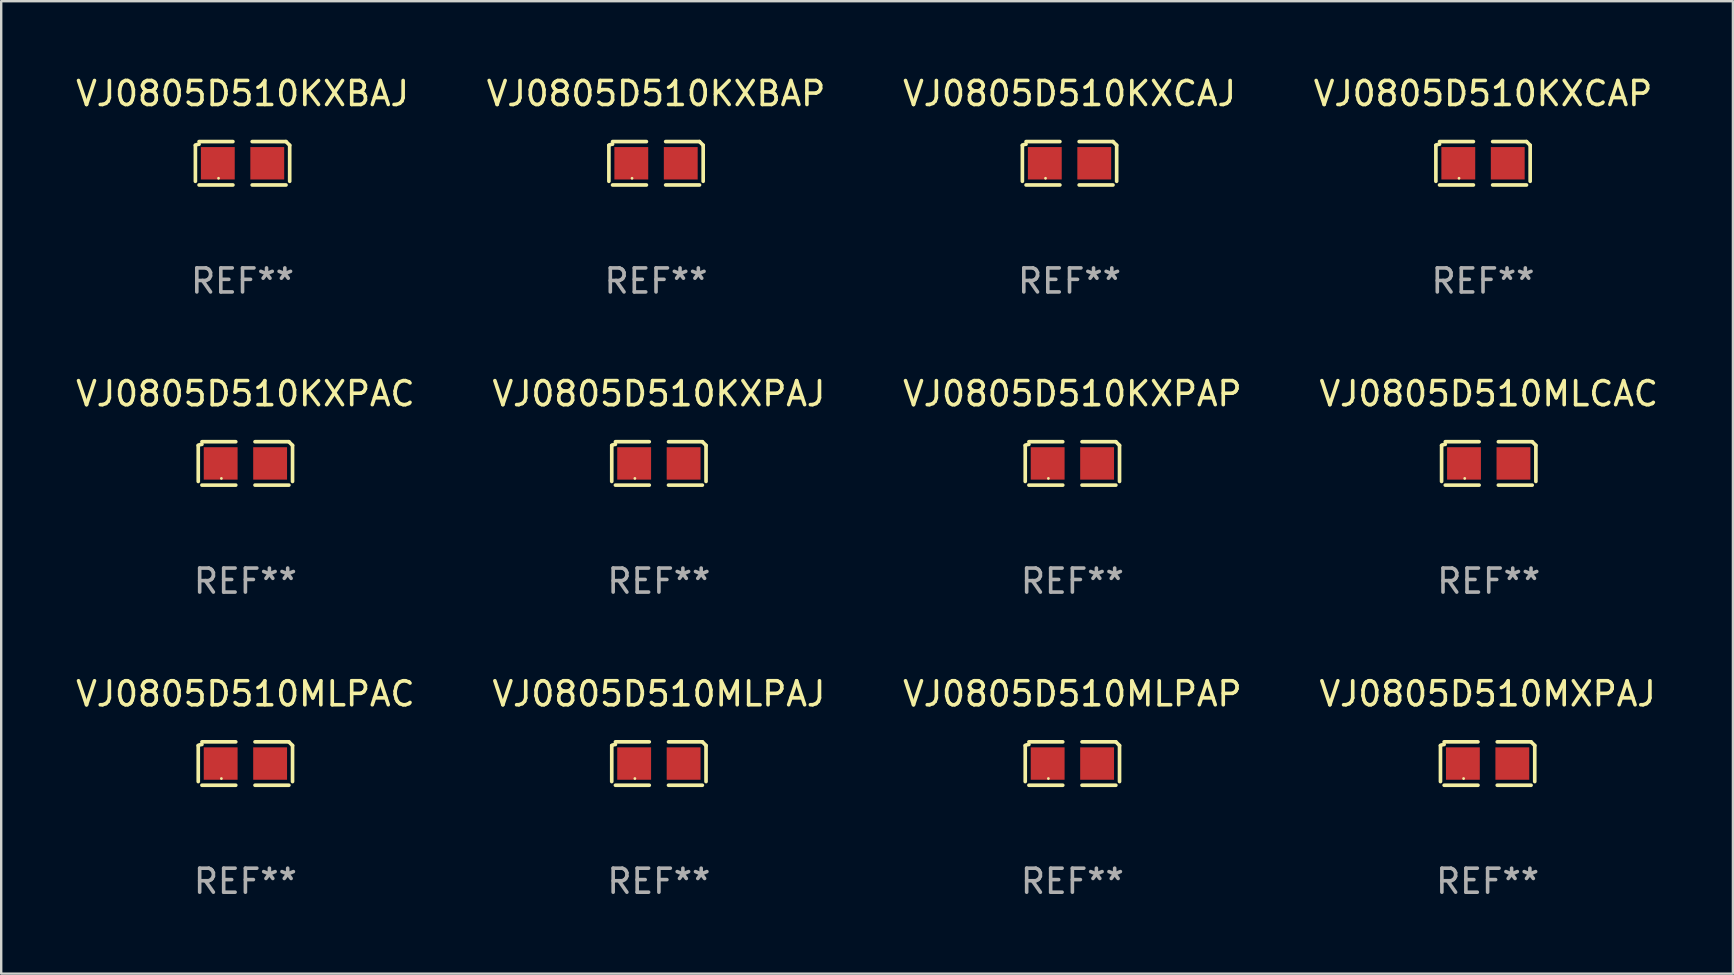
<source format=kicad_pcb>
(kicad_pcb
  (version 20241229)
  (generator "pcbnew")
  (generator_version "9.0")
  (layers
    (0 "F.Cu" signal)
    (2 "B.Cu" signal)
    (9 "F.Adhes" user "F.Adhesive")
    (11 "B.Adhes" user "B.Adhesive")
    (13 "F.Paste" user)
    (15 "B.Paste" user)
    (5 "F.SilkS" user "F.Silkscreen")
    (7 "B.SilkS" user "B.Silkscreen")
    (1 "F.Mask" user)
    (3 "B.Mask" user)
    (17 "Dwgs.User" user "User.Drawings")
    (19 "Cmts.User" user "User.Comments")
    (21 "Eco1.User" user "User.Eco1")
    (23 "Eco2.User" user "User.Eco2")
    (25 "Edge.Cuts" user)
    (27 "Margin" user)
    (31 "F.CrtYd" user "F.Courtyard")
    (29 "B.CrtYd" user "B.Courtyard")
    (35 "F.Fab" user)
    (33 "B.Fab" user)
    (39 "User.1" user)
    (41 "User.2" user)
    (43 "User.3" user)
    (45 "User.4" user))
  (footprint "VJ0805D510MLPAC"
    (layer "F.Cu")
    (at 7.173 28.759)
    (property "Reference" "VJ0805D510MLPAC" (at 0 -2.904 0) (layer "F.SilkS") (effects (font (size 1 1) (thickness 0.15))))
    (attr through_hole)
    (fp_line (start -1.964 0.751) (end -1.964 -0.751) (stroke (width 0.152) (type solid)) (layer "F.SilkS"))
    (fp_line (start -1.811 -0.904) (end -0.401 -0.904) (stroke (width 0.152) (type solid)) (layer "F.SilkS"))
    (fp_line (start -0.401 0.904) (end -1.811 0.904) (stroke (width 0.152) (type solid)) (layer "F.SilkS"))
    (fp_line (start 0.401 0.904) (end 1.811 0.904) (stroke (width 0.152) (type solid)) (layer "F.SilkS"))
    (fp_line (start 1.811 -0.904) (end 0.401 -0.904) (stroke (width 0.152) (type solid)) (layer "F.SilkS"))
    (fp_line (start 1.964 0.751) (end 1.964 -0.751) (stroke (width 0.152) (type solid)) (layer "F.SilkS"))
    (fp_arc (start -1.963602 -0.751207) (mid -1.890354 -0.783131) (end -1.811201 -0.794044) (stroke (width 0.1524) (type solid)) (layer "F.SilkS"))
    (fp_arc (start 1.811202 -0.903607) (mid 1.887413 -0.827418) (end 1.963602 -0.751207) (stroke (width 0.1524) (type solid)) (layer "F.SilkS"))
    (fp_circle (center -1 0.625) (end -0.97 0.625) (stroke (width 0.06) (type solid)) (fill no) (layer "F.SilkS"))
    (fp_text user "REF**" (at 0 4.904 0) (layer "F.Fab") (effects (font (size 1 1) (thickness 0.15))))
    (pad "1" smd rect (at -1.03 0) (size 1.41 1.35) (layers "F.Cu" "F.Mask" "F.Paste"))
    (pad "2" smd rect (at 1.03 0) (size 1.41 1.35) (layers "F.Cu" "F.Mask" "F.Paste")))
  (footprint "VJ0805D510KXBAP"
    (layer "F.Cu")
    (at 24.28 3.752)
    (property "Reference" "VJ0805D510KXBAP" (at 0 -2.904 0) (layer "F.SilkS") (effects (font (size 1 1) (thickness 0.15))))
    (attr through_hole)
    (fp_line (start -1.964 0.751) (end -1.964 -0.751) (stroke (width 0.152) (type solid)) (layer "F.SilkS"))
    (fp_line (start -1.811 -0.904) (end -0.401 -0.904) (stroke (width 0.152) (type solid)) (layer "F.SilkS"))
    (fp_line (start -0.401 0.904) (end -1.811 0.904) (stroke (width 0.152) (type solid)) (layer "F.SilkS"))
    (fp_line (start 0.401 0.904) (end 1.811 0.904) (stroke (width 0.152) (type solid)) (layer "F.SilkS"))
    (fp_line (start 1.811 -0.904) (end 0.401 -0.904) (stroke (width 0.152) (type solid)) (layer "F.SilkS"))
    (fp_line (start 1.964 0.751) (end 1.964 -0.751) (stroke (width 0.152) (type solid)) (layer "F.SilkS"))
    (fp_arc (start -1.963602 -0.751207) (mid -1.890354 -0.783131) (end -1.811201 -0.794044) (stroke (width 0.1524) (type solid)) (layer "F.SilkS"))
    (fp_arc (start 1.811202 -0.903607) (mid 1.887413 -0.827418) (end 1.963602 -0.751207) (stroke (width 0.1524) (type solid)) (layer "F.SilkS"))
    (fp_circle (center -1 0.625) (end -0.97 0.625) (stroke (width 0.06) (type solid)) (fill no) (layer "F.SilkS"))
    (fp_text user "REF**" (at 0 4.904 0) (layer "F.Fab") (effects (font (size 1 1) (thickness 0.15))))
    (pad "1" smd rect (at -1.03 0) (size 1.41 1.35) (layers "F.Cu" "F.Mask" "F.Paste"))
    (pad "2" smd rect (at 1.03 0) (size 1.41 1.35) (layers "F.Cu" "F.Mask" "F.Paste")))
  (footprint "VJ0805D510KXPAJ"
    (layer "F.Cu")
    (at 24.399 16.256)
    (property "Reference" "VJ0805D510KXPAJ" (at 0 -2.904 0) (layer "F.SilkS") (effects (font (size 1 1) (thickness 0.15))))
    (attr through_hole)
    (fp_line (start -1.964 0.751) (end -1.964 -0.751) (stroke (width 0.152) (type solid)) (layer "F.SilkS"))
    (fp_line (start -1.811 -0.904) (end -0.401 -0.904) (stroke (width 0.152) (type solid)) (layer "F.SilkS"))
    (fp_line (start -0.401 0.904) (end -1.811 0.904) (stroke (width 0.152) (type solid)) (layer "F.SilkS"))
    (fp_line (start 0.401 0.904) (end 1.811 0.904) (stroke (width 0.152) (type solid)) (layer "F.SilkS"))
    (fp_line (start 1.811 -0.904) (end 0.401 -0.904) (stroke (width 0.152) (type solid)) (layer "F.SilkS"))
    (fp_line (start 1.964 0.751) (end 1.964 -0.751) (stroke (width 0.152) (type solid)) (layer "F.SilkS"))
    (fp_arc (start -1.963602 -0.751207) (mid -1.890354 -0.783131) (end -1.811201 -0.794044) (stroke (width 0.1524) (type solid)) (layer "F.SilkS"))
    (fp_arc (start 1.811202 -0.903607) (mid 1.887413 -0.827418) (end 1.963602 -0.751207) (stroke (width 0.1524) (type solid)) (layer "F.SilkS"))
    (fp_circle (center -1 0.625) (end -0.97 0.625) (stroke (width 0.06) (type solid)) (fill no) (layer "F.SilkS"))
    (fp_text user "REF**" (at 0 4.904 0) (layer "F.Fab") (effects (font (size 1 1) (thickness 0.15))))
    (pad "1" smd rect (at -1.03 0) (size 1.41 1.35) (layers "F.Cu" "F.Mask" "F.Paste"))
    (pad "2" smd rect (at 1.03 0) (size 1.41 1.35) (layers "F.Cu" "F.Mask" "F.Paste")))
  (footprint "VJ0805D510KXPAP"
    (layer "F.Cu")
    (at 41.625 16.256)
    (property "Reference" "VJ0805D510KXPAP" (at 0 -2.904 0) (layer "F.SilkS") (effects (font (size 1 1) (thickness 0.15))))
    (attr through_hole)
    (fp_line (start -1.964 0.751) (end -1.964 -0.751) (stroke (width 0.152) (type solid)) (layer "F.SilkS"))
    (fp_line (start -1.811 -0.904) (end -0.401 -0.904) (stroke (width 0.152) (type solid)) (layer "F.SilkS"))
    (fp_line (start -0.401 0.904) (end -1.811 0.904) (stroke (width 0.152) (type solid)) (layer "F.SilkS"))
    (fp_line (start 0.401 0.904) (end 1.811 0.904) (stroke (width 0.152) (type solid)) (layer "F.SilkS"))
    (fp_line (start 1.811 -0.904) (end 0.401 -0.904) (stroke (width 0.152) (type solid)) (layer "F.SilkS"))
    (fp_line (start 1.964 0.751) (end 1.964 -0.751) (stroke (width 0.152) (type solid)) (layer "F.SilkS"))
    (fp_arc (start -1.963602 -0.751207) (mid -1.890354 -0.783131) (end -1.811201 -0.794044) (stroke (width 0.1524) (type solid)) (layer "F.SilkS"))
    (fp_arc (start 1.811202 -0.903607) (mid 1.887413 -0.827418) (end 1.963602 -0.751207) (stroke (width 0.1524) (type solid)) (layer "F.SilkS"))
    (fp_circle (center -1 0.625) (end -0.97 0.625) (stroke (width 0.06) (type solid)) (fill no) (layer "F.SilkS"))
    (fp_text user "REF**" (at 0 4.904 0) (layer "F.Fab") (effects (font (size 1 1) (thickness 0.15))))
    (pad "1" smd rect (at -1.03 0) (size 1.41 1.35) (layers "F.Cu" "F.Mask" "F.Paste"))
    (pad "2" smd rect (at 1.03 0) (size 1.41 1.35) (layers "F.Cu" "F.Mask" "F.Paste")))
  (footprint "VJ0805D510MXPAJ"
    (layer "F.Cu")
    (at 58.923 28.759)
    (property "Reference" "VJ0805D510MXPAJ" (at 0 -2.904 0) (layer "F.SilkS") (effects (font (size 1 1) (thickness 0.15))))
    (attr through_hole)
    (fp_line (start -1.964 0.751) (end -1.964 -0.751) (stroke (width 0.152) (type solid)) (layer "F.SilkS"))
    (fp_line (start -1.811 -0.904) (end -0.401 -0.904) (stroke (width 0.152) (type solid)) (layer "F.SilkS"))
    (fp_line (start -0.401 0.904) (end -1.811 0.904) (stroke (width 0.152) (type solid)) (layer "F.SilkS"))
    (fp_line (start 0.401 0.904) (end 1.811 0.904) (stroke (width 0.152) (type solid)) (layer "F.SilkS"))
    (fp_line (start 1.811 -0.904) (end 0.401 -0.904) (stroke (width 0.152) (type solid)) (layer "F.SilkS"))
    (fp_line (start 1.964 0.751) (end 1.964 -0.751) (stroke (width 0.152) (type solid)) (layer "F.SilkS"))
    (fp_arc (start -1.963602 -0.751207) (mid -1.890354 -0.783131) (end -1.811201 -0.794044) (stroke (width 0.1524) (type solid)) (layer "F.SilkS"))
    (fp_arc (start 1.811202 -0.903607) (mid 1.887413 -0.827418) (end 1.963602 -0.751207) (stroke (width 0.1524) (type solid)) (layer "F.SilkS"))
    (fp_circle (center -1 0.625) (end -0.97 0.625) (stroke (width 0.06) (type solid)) (fill no) (layer "F.SilkS"))
    (fp_text user "REF**" (at 0 4.904 0) (layer "F.Fab") (effects (font (size 1 1) (thickness 0.15))))
    (pad "1" smd rect (at -1.03 0) (size 1.41 1.35) (layers "F.Cu" "F.Mask" "F.Paste"))
    (pad "2" smd rect (at 1.03 0) (size 1.41 1.35) (layers "F.Cu" "F.Mask" "F.Paste")))
  (footprint "VJ0805D510KXCAJ"
    (layer "F.Cu")
    (at 41.506 3.752)
    (property "Reference" "VJ0805D510KXCAJ" (at 0 -2.904 0) (layer "F.SilkS") (effects (font (size 1 1) (thickness 0.15))))
    (attr through_hole)
    (fp_line (start -1.964 0.751) (end -1.964 -0.751) (stroke (width 0.152) (type solid)) (layer "F.SilkS"))
    (fp_line (start -1.811 -0.904) (end -0.401 -0.904) (stroke (width 0.152) (type solid)) (layer "F.SilkS"))
    (fp_line (start -0.401 0.904) (end -1.811 0.904) (stroke (width 0.152) (type solid)) (layer "F.SilkS"))
    (fp_line (start 0.401 0.904) (end 1.811 0.904) (stroke (width 0.152) (type solid)) (layer "F.SilkS"))
    (fp_line (start 1.811 -0.904) (end 0.401 -0.904) (stroke (width 0.152) (type solid)) (layer "F.SilkS"))
    (fp_line (start 1.964 0.751) (end 1.964 -0.751) (stroke (width 0.152) (type solid)) (layer "F.SilkS"))
    (fp_arc (start -1.963602 -0.751207) (mid -1.890354 -0.783131) (end -1.811201 -0.794044) (stroke (width 0.1524) (type solid)) (layer "F.SilkS"))
    (fp_arc (start 1.811202 -0.903607) (mid 1.887413 -0.827418) (end 1.963602 -0.751207) (stroke (width 0.1524) (type solid)) (layer "F.SilkS"))
    (fp_circle (center -1 0.625) (end -0.97 0.625) (stroke (width 0.06) (type solid)) (fill no) (layer "F.SilkS"))
    (fp_text user "REF**" (at 0 4.904 0) (layer "F.Fab") (effects (font (size 1 1) (thickness 0.15))))
    (pad "1" smd rect (at -1.03 0) (size 1.41 1.35) (layers "F.Cu" "F.Mask" "F.Paste"))
    (pad "2" smd rect (at 1.03 0) (size 1.41 1.35) (layers "F.Cu" "F.Mask" "F.Paste")))
  (footprint "VJ0805D510KXBAJ"
    (layer "F.Cu")
    (at 7.054 3.752)
    (property "Reference" "VJ0805D510KXBAJ" (at 0 -2.904 0) (layer "F.SilkS") (effects (font (size 1 1) (thickness 0.15))))
    (attr through_hole)
    (fp_line (start -1.964 0.751) (end -1.964 -0.751) (stroke (width 0.152) (type solid)) (layer "F.SilkS"))
    (fp_line (start -1.811 -0.904) (end -0.401 -0.904) (stroke (width 0.152) (type solid)) (layer "F.SilkS"))
    (fp_line (start -0.401 0.904) (end -1.811 0.904) (stroke (width 0.152) (type solid)) (layer "F.SilkS"))
    (fp_line (start 0.401 0.904) (end 1.811 0.904) (stroke (width 0.152) (type solid)) (layer "F.SilkS"))
    (fp_line (start 1.811 -0.904) (end 0.401 -0.904) (stroke (width 0.152) (type solid)) (layer "F.SilkS"))
    (fp_line (start 1.964 0.751) (end 1.964 -0.751) (stroke (width 0.152) (type solid)) (layer "F.SilkS"))
    (fp_arc (start -1.963602 -0.751207) (mid -1.890354 -0.783131) (end -1.811201 -0.794044) (stroke (width 0.1524) (type solid)) (layer "F.SilkS"))
    (fp_arc (start 1.811202 -0.903607) (mid 1.887413 -0.827418) (end 1.963602 -0.751207) (stroke (width 0.1524) (type solid)) (layer "F.SilkS"))
    (fp_circle (center -1 0.625) (end -0.97 0.625) (stroke (width 0.06) (type solid)) (fill no) (layer "F.SilkS"))
    (fp_text user "REF**" (at 0 4.904 0) (layer "F.Fab") (effects (font (size 1 1) (thickness 0.15))))
    (pad "1" smd rect (at -1.03 0) (size 1.41 1.35) (layers "F.Cu" "F.Mask" "F.Paste"))
    (pad "2" smd rect (at 1.03 0) (size 1.41 1.35) (layers "F.Cu" "F.Mask" "F.Paste")))
  (footprint "VJ0805D510MLPAJ"
    (layer "F.Cu")
    (at 24.399 28.759)
    (property "Reference" "VJ0805D510MLPAJ" (at 0 -2.904 0) (layer "F.SilkS") (effects (font (size 1 1) (thickness 0.15))))
    (attr through_hole)
    (fp_line (start -1.964 0.751) (end -1.964 -0.751) (stroke (width 0.152) (type solid)) (layer "F.SilkS"))
    (fp_line (start -1.811 -0.904) (end -0.401 -0.904) (stroke (width 0.152) (type solid)) (layer "F.SilkS"))
    (fp_line (start -0.401 0.904) (end -1.811 0.904) (stroke (width 0.152) (type solid)) (layer "F.SilkS"))
    (fp_line (start 0.401 0.904) (end 1.811 0.904) (stroke (width 0.152) (type solid)) (layer "F.SilkS"))
    (fp_line (start 1.811 -0.904) (end 0.401 -0.904) (stroke (width 0.152) (type solid)) (layer "F.SilkS"))
    (fp_line (start 1.964 0.751) (end 1.964 -0.751) (stroke (width 0.152) (type solid)) (layer "F.SilkS"))
    (fp_arc (start -1.963602 -0.751207) (mid -1.890354 -0.783131) (end -1.811201 -0.794044) (stroke (width 0.1524) (type solid)) (layer "F.SilkS"))
    (fp_arc (start 1.811202 -0.903607) (mid 1.887413 -0.827418) (end 1.963602 -0.751207) (stroke (width 0.1524) (type solid)) (layer "F.SilkS"))
    (fp_circle (center -1 0.625) (end -0.97 0.625) (stroke (width 0.06) (type solid)) (fill no) (layer "F.SilkS"))
    (fp_text user "REF**" (at 0 4.904 0) (layer "F.Fab") (effects (font (size 1 1) (thickness 0.15))))
    (pad "1" smd rect (at -1.03 0) (size 1.41 1.35) (layers "F.Cu" "F.Mask" "F.Paste"))
    (pad "2" smd rect (at 1.03 0) (size 1.41 1.35) (layers "F.Cu" "F.Mask" "F.Paste")))
  (footprint "VJ0805D510MLPAP"
    (layer "F.Cu")
    (at 41.625 28.759)
    (property "Reference" "VJ0805D510MLPAP" (at 0 -2.904 0) (layer "F.SilkS") (effects (font (size 1 1) (thickness 0.15))))
    (attr through_hole)
    (fp_line (start -1.964 0.751) (end -1.964 -0.751) (stroke (width 0.152) (type solid)) (layer "F.SilkS"))
    (fp_line (start -1.811 -0.904) (end -0.401 -0.904) (stroke (width 0.152) (type solid)) (layer "F.SilkS"))
    (fp_line (start -0.401 0.904) (end -1.811 0.904) (stroke (width 0.152) (type solid)) (layer "F.SilkS"))
    (fp_line (start 0.401 0.904) (end 1.811 0.904) (stroke (width 0.152) (type solid)) (layer "F.SilkS"))
    (fp_line (start 1.811 -0.904) (end 0.401 -0.904) (stroke (width 0.152) (type solid)) (layer "F.SilkS"))
    (fp_line (start 1.964 0.751) (end 1.964 -0.751) (stroke (width 0.152) (type solid)) (layer "F.SilkS"))
    (fp_arc (start -1.963602 -0.751207) (mid -1.890354 -0.783131) (end -1.811201 -0.794044) (stroke (width 0.1524) (type solid)) (layer "F.SilkS"))
    (fp_arc (start 1.811202 -0.903607) (mid 1.887413 -0.827418) (end 1.963602 -0.751207) (stroke (width 0.1524) (type solid)) (layer "F.SilkS"))
    (fp_circle (center -1 0.625) (end -0.97 0.625) (stroke (width 0.06) (type solid)) (fill no) (layer "F.SilkS"))
    (fp_text user "REF**" (at 0 4.904 0) (layer "F.Fab") (effects (font (size 1 1) (thickness 0.15))))
    (pad "1" smd rect (at -1.03 0) (size 1.41 1.35) (layers "F.Cu" "F.Mask" "F.Paste"))
    (pad "2" smd rect (at 1.03 0) (size 1.41 1.35) (layers "F.Cu" "F.Mask" "F.Paste")))
  (footprint "VJ0805D510KXPAC"
    (layer "F.Cu")
    (at 7.173 16.256)
    (property "Reference" "VJ0805D510KXPAC" (at 0 -2.904 0) (layer "F.SilkS") (effects (font (size 1 1) (thickness 0.15))))
    (attr through_hole)
    (fp_line (start -1.964 0.751) (end -1.964 -0.751) (stroke (width 0.152) (type solid)) (layer "F.SilkS"))
    (fp_line (start -1.811 -0.904) (end -0.401 -0.904) (stroke (width 0.152) (type solid)) (layer "F.SilkS"))
    (fp_line (start -0.401 0.904) (end -1.811 0.904) (stroke (width 0.152) (type solid)) (layer "F.SilkS"))
    (fp_line (start 0.401 0.904) (end 1.811 0.904) (stroke (width 0.152) (type solid)) (layer "F.SilkS"))
    (fp_line (start 1.811 -0.904) (end 0.401 -0.904) (stroke (width 0.152) (type solid)) (layer "F.SilkS"))
    (fp_line (start 1.964 0.751) (end 1.964 -0.751) (stroke (width 0.152) (type solid)) (layer "F.SilkS"))
    (fp_arc (start -1.963602 -0.751207) (mid -1.890354 -0.783131) (end -1.811201 -0.794044) (stroke (width 0.1524) (type solid)) (layer "F.SilkS"))
    (fp_arc (start 1.811202 -0.903607) (mid 1.887413 -0.827418) (end 1.963602 -0.751207) (stroke (width 0.1524) (type solid)) (layer "F.SilkS"))
    (fp_circle (center -1 0.625) (end -0.97 0.625) (stroke (width 0.06) (type solid)) (fill no) (layer "F.SilkS"))
    (fp_text user "REF**" (at 0 4.904 0) (layer "F.Fab") (effects (font (size 1 1) (thickness 0.15))))
    (pad "1" smd rect (at -1.03 0) (size 1.41 1.35) (layers "F.Cu" "F.Mask" "F.Paste"))
    (pad "2" smd rect (at 1.03 0) (size 1.41 1.35) (layers "F.Cu" "F.Mask" "F.Paste")))
  (footprint "VJ0805D510MLCAC"
    (layer "F.Cu")
    (at 58.97 16.256)
    (property "Reference" "VJ0805D510MLCAC" (at 0 -2.904 0) (layer "F.SilkS") (effects (font (size 1 1) (thickness 0.15))))
    (attr through_hole)
    (fp_line (start -1.964 0.751) (end -1.964 -0.751) (stroke (width 0.152) (type solid)) (layer "F.SilkS"))
    (fp_line (start -1.811 -0.904) (end -0.401 -0.904) (stroke (width 0.152) (type solid)) (layer "F.SilkS"))
    (fp_line (start -0.401 0.904) (end -1.811 0.904) (stroke (width 0.152) (type solid)) (layer "F.SilkS"))
    (fp_line (start 0.401 0.904) (end 1.811 0.904) (stroke (width 0.152) (type solid)) (layer "F.SilkS"))
    (fp_line (start 1.811 -0.904) (end 0.401 -0.904) (stroke (width 0.152) (type solid)) (layer "F.SilkS"))
    (fp_line (start 1.964 0.751) (end 1.964 -0.751) (stroke (width 0.152) (type solid)) (layer "F.SilkS"))
    (fp_arc (start -1.963602 -0.751207) (mid -1.890354 -0.783131) (end -1.811201 -0.794044) (stroke (width 0.1524) (type solid)) (layer "F.SilkS"))
    (fp_arc (start 1.811202 -0.903607) (mid 1.887413 -0.827418) (end 1.963602 -0.751207) (stroke (width 0.1524) (type solid)) (layer "F.SilkS"))
    (fp_circle (center -1 0.625) (end -0.97 0.625) (stroke (width 0.06) (type solid)) (fill no) (layer "F.SilkS"))
    (fp_text user "REF**" (at 0 4.904 0) (layer "F.Fab") (effects (font (size 1 1) (thickness 0.15))))
    (pad "1" smd rect (at -1.03 0) (size 1.41 1.35) (layers "F.Cu" "F.Mask" "F.Paste"))
    (pad "2" smd rect (at 1.03 0) (size 1.41 1.35) (layers "F.Cu" "F.Mask" "F.Paste")))
  (footprint "VJ0805D510KXCAP"
    (layer "F.Cu")
    (at 58.732 3.752)
    (property "Reference" "VJ0805D510KXCAP" (at 0 -2.904 0) (layer "F.SilkS") (effects (font (size 1 1) (thickness 0.15))))
    (attr through_hole)
    (fp_line (start -1.964 0.751) (end -1.964 -0.751) (stroke (width 0.152) (type solid)) (layer "F.SilkS"))
    (fp_line (start -1.811 -0.904) (end -0.401 -0.904) (stroke (width 0.152) (type solid)) (layer "F.SilkS"))
    (fp_line (start -0.401 0.904) (end -1.811 0.904) (stroke (width 0.152) (type solid)) (layer "F.SilkS"))
    (fp_line (start 0.401 0.904) (end 1.811 0.904) (stroke (width 0.152) (type solid)) (layer "F.SilkS"))
    (fp_line (start 1.811 -0.904) (end 0.401 -0.904) (stroke (width 0.152) (type solid)) (layer "F.SilkS"))
    (fp_line (start 1.964 0.751) (end 1.964 -0.751) (stroke (width 0.152) (type solid)) (layer "F.SilkS"))
    (fp_arc (start -1.963602 -0.751207) (mid -1.890354 -0.783131) (end -1.811201 -0.794044) (stroke (width 0.1524) (type solid)) (layer "F.SilkS"))
    (fp_arc (start 1.811202 -0.903607) (mid 1.887413 -0.827418) (end 1.963602 -0.751207) (stroke (width 0.1524) (type solid)) (layer "F.SilkS"))
    (fp_circle (center -1 0.625) (end -0.97 0.625) (stroke (width 0.06) (type solid)) (fill no) (layer "F.SilkS"))
    (fp_text user "REF**" (at 0 4.904 0) (layer "F.Fab") (effects (font (size 1 1) (thickness 0.15))))
    (pad "1" smd rect (at -1.03 0) (size 1.41 1.35) (layers "F.Cu" "F.Mask" "F.Paste"))
    (pad "2" smd rect (at 1.03 0) (size 1.41 1.35) (layers "F.Cu" "F.Mask" "F.Paste")))
  (gr_rect
    (start -3 -3)
    (end 69.143 37.511)
    (stroke (width 0.1) (type default))
    (fill no)
    (layer "Edge.Cuts")))
</source>
